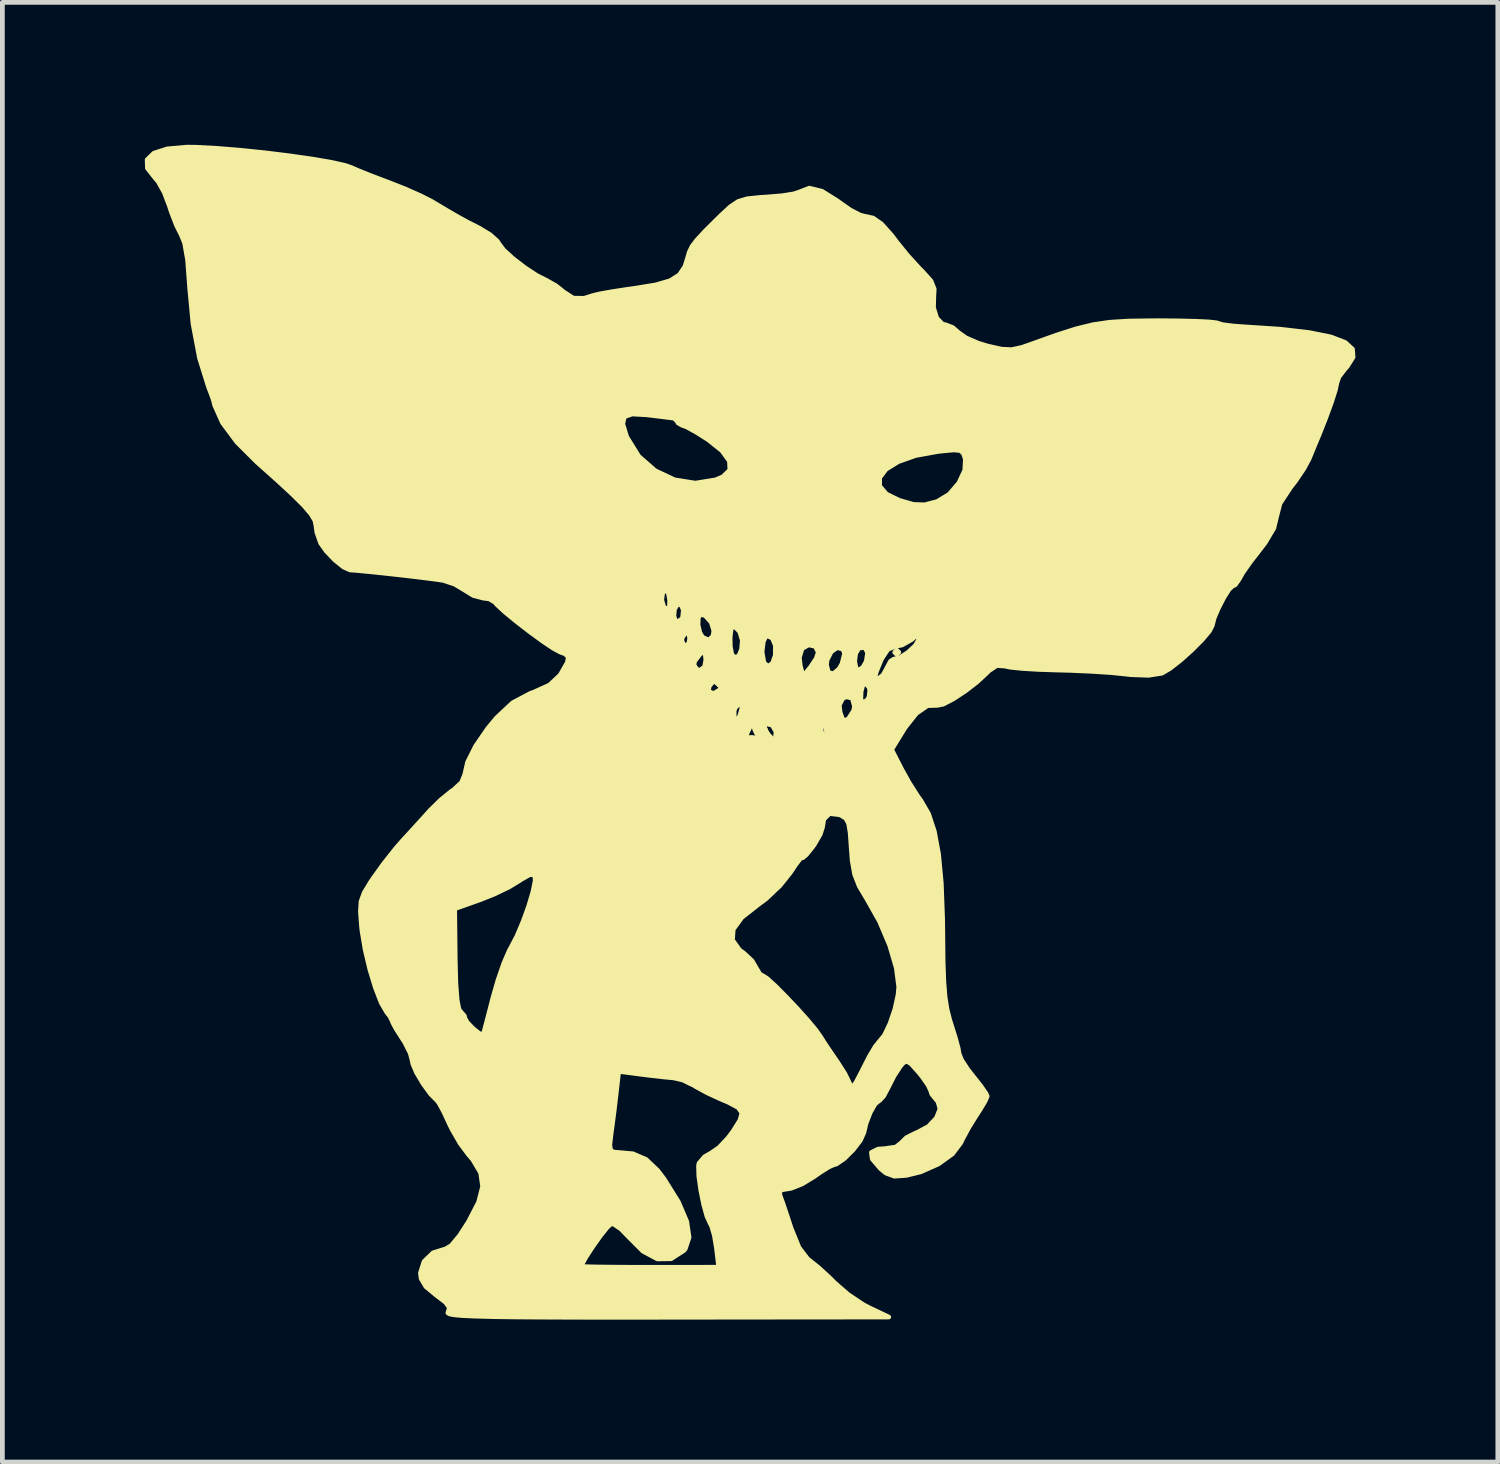
<source format=kicad_pcb>
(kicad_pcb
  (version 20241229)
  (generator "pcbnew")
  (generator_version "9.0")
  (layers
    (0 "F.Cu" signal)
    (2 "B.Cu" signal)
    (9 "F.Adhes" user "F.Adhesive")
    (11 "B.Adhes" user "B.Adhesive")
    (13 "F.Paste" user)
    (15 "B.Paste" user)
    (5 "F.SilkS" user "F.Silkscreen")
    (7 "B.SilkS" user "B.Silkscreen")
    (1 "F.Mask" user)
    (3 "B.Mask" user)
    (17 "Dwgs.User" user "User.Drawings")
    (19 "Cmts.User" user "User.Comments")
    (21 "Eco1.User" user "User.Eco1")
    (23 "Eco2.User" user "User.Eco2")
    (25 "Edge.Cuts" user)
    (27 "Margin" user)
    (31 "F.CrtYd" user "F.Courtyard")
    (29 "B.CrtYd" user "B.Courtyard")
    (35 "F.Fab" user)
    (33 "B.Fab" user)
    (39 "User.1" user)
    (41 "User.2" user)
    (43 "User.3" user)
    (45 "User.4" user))
  (footprint "LOGO"
    (layer "F.Cu")
    (at 12.75 12.003)
    (property "Reference" "LOGO" (at 0 0 0) (layer "F.SilkS") (effects (font (size 1.524 1.524) (thickness 0.3))))
    (attr through_hole)
    (fp_poly (pts (xy 3.133 -1.312) (xy 3.09 -1.27) (xy 3.048 -1.312) (xy 3.09 -1.355) (xy 3.133 -1.312)) (stroke (width 0.1) (type solid)) (fill yes) (layer "F.SilkS"))
    (fp_poly (pts (xy 12.702 -7.529) (xy 12.577 -7.331) (xy 12.531 -7.281) (xy 12.405 -7.115) (xy 12.361 -6.988) (xy 12.33 -6.84) (xy 12.247 -6.579) (xy 12.125 -6.246) (xy 11.981 -5.882) (xy 11.946 -5.8) (xy 11.861 -5.594) (xy 11.776 -5.387) (xy 11.664 -5.179) (xy 11.49 -4.921) (xy 11.385 -4.786) (xy 11.163 -4.448) (xy 11.091 -4.169) (xy 11.032 -3.925) (xy 10.848 -3.617) (xy 10.726 -3.458) (xy 10.531 -3.206) (xy 10.379 -2.989) (xy 10.305 -2.857) (xy 10.219 -2.733) (xy 10.165 -2.709) (xy 10.09 -2.64) (xy 9.981 -2.467) (xy 9.867 -2.247) (xy 9.776 -2.034) (xy 9.737 -1.884) (xy 9.737 -1.878) (xy 9.676 -1.759) (xy 9.518 -1.572) (xy 9.301 -1.355) (xy 9.063 -1.142) (xy 8.842 -0.97) (xy 8.676 -0.873) (xy 8.672 -0.872) (xy 8.393 -0.828) (xy 8.011 -0.842) (xy 7.915 -0.854) (xy 7.61 -0.885) (xy 7.199 -0.912) (xy 6.747 -0.932) (xy 6.477 -0.939) (xy 6.079 -0.952) (xy 5.73 -0.973) (xy 5.472 -1) (xy 5.365 -1.023) (xy 5.198 -1.035) (xy 5.03 -0.923) (xy 4.984 -0.876) (xy 4.778 -0.685) (xy 4.536 -0.499) (xy 4.536 -5.382) (xy 4.497 -5.502) (xy 4.431 -5.563) (xy 4.294 -5.576) (xy 4.042 -5.553) (xy 3.955 -5.543) (xy 3.487 -5.458) (xy 3.119 -5.328) (xy 2.863 -5.168) (xy 2.73 -4.992) (xy 2.729 -4.813) (xy 2.872 -4.645) (xy 3.141 -4.513) (xy 3.44 -4.427) (xy 3.677 -4.418) (xy 3.935 -4.485) (xy 3.946 -4.489) (xy 4.194 -4.64) (xy 4.399 -4.878) (xy 4.524 -5.147) (xy 4.536 -5.382) (xy 4.536 -0.499) (xy 4.528 -0.493) (xy 4.278 -0.329) (xy 4.07 -0.221) (xy 3.947 -0.196) (xy 3.737 -0.189) (xy 3.556 -0.063) (xy 3.556 -1.589) (xy 3.539 -1.671) (xy 3.463 -1.634) (xy 3.401 -1.579) (xy 3.205 -1.468) (xy 3.064 -1.439) (xy 2.904 -1.377) (xy 2.771 -1.175) (xy 2.753 -1.133) (xy 2.662 -0.909) (xy 2.633 -0.801) (xy 2.66 -0.765) (xy 2.711 -0.762) (xy 2.802 -0.832) (xy 2.879 -0.974) (xy 2.959 -1.124) (xy 3.025 -1.167) (xy 3.157 -1.198) (xy 3.331 -1.312) (xy 3.485 -1.457) (xy 3.556 -1.584) (xy 3.556 -1.589) (xy 3.556 -0.063) (xy 3.504 -0.028) (xy 3.264 0.276) (xy 3.238 0.318) (xy 2.981 0.736) (xy 3.184 1.135) (xy 3.35 1.434) (xy 3.532 1.72) (xy 3.601 1.816) (xy 3.76 2.091) (xy 3.882 2.461) (xy 3.971 2.942) (xy 4.028 3.551) (xy 4.056 4.304) (xy 4.06 4.628) (xy 4.066 5.191) (xy 4.081 5.618) (xy 4.107 5.945) (xy 4.148 6.206) (xy 4.206 6.434) (xy 4.235 6.525) (xy 4.324 6.808) (xy 4.385 7.037) (xy 4.403 7.144) (xy 4.454 7.273) (xy 4.585 7.475) (xy 4.699 7.62) (xy 4.864 7.828) (xy 4.971 7.985) (xy 4.995 8.04) (xy 4.951 8.143) (xy 4.84 8.329) (xy 4.771 8.434) (xy 4.607 8.697) (xy 4.469 8.954) (xy 4.439 9.019) (xy 4.264 9.252) (xy 3.967 9.466) (xy 3.595 9.631) (xy 3.29 9.706) (xy 3.04 9.723) (xy 2.862 9.657) (xy 2.748 9.564) (xy 2.575 9.361) (xy 2.557 9.224) (xy 2.696 9.154) (xy 2.839 9.144) (xy 3.073 9.11) (xy 3.185 9.021) (xy 3.292 8.914) (xy 3.491 8.814) (xy 3.523 8.802) (xy 3.759 8.676) (xy 3.927 8.497) (xy 4.002 8.307) (xy 3.958 8.148) (xy 3.935 8.126) (xy 3.828 7.993) (xy 3.808 7.927) (xy 3.755 7.81) (xy 3.625 7.624) (xy 3.553 7.535) (xy 3.396 7.359) (xy 3.302 7.297) (xy 3.227 7.336) (xy 3.165 7.408) (xy 3.133 7.458) (xy 3.133 5.735) (xy 3.081 5.335) (xy 2.941 4.859) (xy 2.73 4.361) (xy 2.523 3.993) (xy 2.523 -0.511) (xy 2.501 -0.658) (xy 2.477 -0.711) (xy 2.477 -1.306) (xy 2.418 -1.415) (xy 2.297 -1.403) (xy 2.293 -1.402) (xy 2.225 -1.291) (xy 2.203 -1.126) (xy 2.23 -0.981) (xy 2.289 -0.931) (xy 2.383 -1.001) (xy 2.449 -1.122) (xy 2.477 -1.306) (xy 2.477 -0.711) (xy 2.457 -0.754) (xy 2.423 -0.753) (xy 2.384 -0.655) (xy 2.339 -0.487) (xy 2.332 -0.314) (xy 2.392 -0.249) (xy 2.479 -0.317) (xy 2.509 -0.381) (xy 2.523 -0.511) (xy 2.523 3.993) (xy 2.468 3.895) (xy 2.3 3.612) (xy 2.203 3.364) (xy 2.201 3.355) (xy 2.201 -0.175) (xy 2.154 -0.346) (xy 2.027 -0.376) (xy 1.993 -0.361) (xy 1.993 -1.29) (xy 1.955 -1.381) (xy 1.833 -1.412) (xy 1.708 -1.323) (xy 1.623 -1.155) (xy 1.609 -1.048) (xy 1.651 -0.886) (xy 1.754 -0.859) (xy 1.878 -0.965) (xy 1.938 -1.071) (xy 1.993 -1.29) (xy 1.993 -0.361) (xy 1.953 -0.342) (xy 1.879 -0.2) (xy 1.897 -0.044) (xy 1.953 0.108) (xy 2.03 0.117) (xy 2.078 0.082) (xy 2.184 -0.083) (xy 2.201 -0.175) (xy 2.201 3.355) (xy 2.152 3.076) (xy 2.132 2.809) (xy 2.109 2.487) (xy 2.076 2.292) (xy 2.018 2.185) (xy 1.919 2.123) (xy 1.881 2.108) (xy 1.765 2.094) (xy 1.765 0.207) (xy 1.693 0.062) (xy 1.641 0.025) (xy 1.55 0.062) (xy 1.495 0.194) (xy 1.493 0.346) (xy 1.548 0.438) (xy 1.682 0.452) (xy 1.763 0.342) (xy 1.765 0.207) (xy 1.765 2.094) (xy 1.672 2.084) (xy 1.553 2.203) (xy 1.525 2.375) (xy 1.477 2.523) (xy 1.439 2.588) (xy 1.439 -1.313) (xy 1.376 -1.437) (xy 1.236 -1.47) (xy 1.097 -1.393) (xy 1.038 -1.207) (xy 1.056 -1.038) (xy 1.115 -0.804) (xy 1.277 -1.004) (xy 1.394 -1.181) (xy 1.439 -1.313) (xy 1.439 2.588) (xy 1.357 2.73) (xy 1.312 2.794) (xy 1.243 2.88) (xy 1.243 0.312) (xy 1.169 0.205) (xy 1.049 0.212) (xy 0.974 0.283) (xy 0.901 0.466) (xy 0.936 0.617) (xy 1.062 0.677) (xy 1.173 0.607) (xy 1.23 0.499) (xy 1.243 0.312) (xy 1.243 2.88) (xy 1.184 2.952) (xy 1.109 3.015) (xy 1.101 3.006) (xy 1.061 3.028) (xy 0.958 3.163) (xy 0.851 3.325) (xy 0.628 3.604) (xy 0.547 3.68) (xy 0.547 0.359) (xy 0.534 0.336) (xy 0.534 -1.456) (xy 0.471 -1.61) (xy 0.368 -1.66) (xy 0.329 -1.645) (xy 0.278 -1.537) (xy 0.254 -1.334) (xy 0.254 -1.307) (xy 0.291 -1.093) (xy 0.377 -1.014) (xy 0.473 -1.079) (xy 0.533 -1.249) (xy 0.534 -1.456) (xy 0.534 0.336) (xy 0.466 0.221) (xy 0.325 0.189) (xy 0.186 0.271) (xy 0.103 0.325) (xy 0.083 0.25) (xy 0.069 0.172) (xy 0.008 0.242) (xy 0 0.254) (xy -0.078 0.422) (xy -0.042 0.494) (xy 0.035 0.48) (xy 0.165 0.503) (xy 0.202 0.556) (xy 0.308 0.661) (xy 0.447 0.661) (xy 0.529 0.572) (xy 0.547 0.359) (xy 0.547 3.68) (xy 0.339 3.877) (xy 0.178 3.997) (xy -0.162 4.263) (xy -0.162 -1.565) (xy -0.219 -1.75) (xy -0.325 -1.856) (xy -0.359 -1.863) (xy -0.402 -1.791) (xy -0.421 -1.621) (xy -0.416 -1.426) (xy -0.386 -1.274) (xy -0.367 -1.242) (xy -0.287 -1.192) (xy -0.224 -1.262) (xy -0.178 -1.375) (xy -0.162 -1.565) (xy -0.162 4.263) (xy -0.171 4.27) (xy -0.171 -0.166) (xy -0.189 -0.241) (xy -0.27 -0.189) (xy -0.306 -0.153) (xy -0.39 -0.007) (xy -0.38 0.086) (xy -0.299 0.122) (xy -0.218 0.035) (xy -0.172 -0.13) (xy -0.171 -0.166) (xy -0.171 4.27) (xy -0.172 4.271) (xy -0.355 4.522) (xy -0.371 4.751) (xy -0.221 4.96) (xy -0.126 5.03) (xy 0.043 5.189) (xy 0.126 5.332) (xy 0.207 5.47) (xy 0.271 5.503) (xy 0.362 5.562) (xy 0.532 5.717) (xy 0.75 5.936) (xy 0.986 6.185) (xy 1.208 6.432) (xy 1.385 6.645) (xy 1.481 6.78) (xy 1.576 6.931) (xy 1.73 7.159) (xy 1.841 7.32) (xy 1.995 7.562) (xy 2.096 7.768) (xy 2.12 7.857) (xy 2.154 7.86) (xy 2.239 7.736) (xy 2.358 7.509) (xy 2.373 7.477) (xy 2.512 7.205) (xy 2.636 6.996) (xy 2.716 6.896) (xy 2.831 6.756) (xy 2.95 6.506) (xy 3.053 6.201) (xy 3.119 5.9) (xy 3.133 5.735) (xy 3.133 7.458) (xy 3.035 7.607) (xy 2.912 7.85) (xy 2.911 7.853) (xy 2.814 8.035) (xy 2.731 8.126) (xy 2.722 8.128) (xy 2.634 8.201) (xy 2.532 8.38) (xy 2.443 8.61) (xy 2.397 8.805) (xy 2.323 8.97) (xy 2.169 9.17) (xy 1.985 9.352) (xy 1.819 9.467) (xy 1.759 9.483) (xy 1.657 9.529) (xy 1.471 9.646) (xy 1.341 9.737) (xy 1.096 9.886) (xy 0.868 9.977) (xy 0.783 9.991) (xy 0.636 10.015) (xy 0.623 10.109) (xy 0.634 10.139) (xy 0.69 10.294) (xy 0.777 10.552) (xy 0.864 10.819) (xy 1.03 11.227) (xy 1.216 11.471) (xy 1.25 11.496) (xy 1.436 11.644) (xy 1.667 11.855) (xy 1.784 11.972) (xy 2.061 12.213) (xy 2.387 12.431) (xy 2.511 12.496) (xy 2.921 12.69) (xy -0.17 12.693) (xy -0.17 8.391) (xy -0.249 8.277) (xy -0.425 8.183) (xy -0.425 -5.152) (xy -0.433 -5.34) (xy -0.591 -5.559) (xy -0.882 -5.791) (xy -1.132 -5.949) (xy -1.332 -6.059) (xy -1.433 -6.096) (xy -1.52 -6.147) (xy -1.524 -6.167) (xy -1.592 -6.24) (xy -1.63 -6.249) (xy -1.77 -6.266) (xy -2.013 -6.296) (xy -2.179 -6.316) (xy -2.486 -6.333) (xy -2.649 -6.274) (xy -2.682 -6.124) (xy -2.603 -5.863) (xy -2.592 -5.838) (xy -2.346 -5.441) (xy -2 -5.138) (xy -1.59 -4.945) (xy -1.153 -4.875) (xy -0.725 -4.944) (xy -0.572 -5.009) (xy -0.425 -5.152) (xy -0.425 8.183) (xy -0.461 8.164) (xy -0.513 8.142) (xy -0.513 -0.756) (xy -0.532 -0.814) (xy -0.628 -0.812) (xy -0.757 -0.722) (xy -0.762 -0.716) (xy -0.762 -1.766) (xy -0.817 -1.944) (xy -0.941 -2.083) (xy -1.033 -2.117) (xy -1.09 -2.049) (xy -1.097 -1.893) (xy -1.058 -1.723) (xy -1.002 -1.629) (xy -0.869 -1.568) (xy -0.779 -1.654) (xy -0.762 -1.766) (xy -0.762 -0.716) (xy -0.861 -0.598) (xy -0.88 -0.494) (xy -0.879 -0.492) (xy -0.772 -0.441) (xy -0.632 -0.523) (xy -0.559 -0.615) (xy -0.513 -0.756) (xy -0.513 8.142) (xy -0.635 8.09) (xy -0.906 7.965) (xy -0.931 7.951) (xy -0.931 -1.153) (xy -0.946 -1.302) (xy -1.007 -1.308) (xy -1.058 -1.27) (xy -1.166 -1.126) (xy -1.185 -1.048) (xy -1.117 -0.945) (xy -1.058 -0.931) (xy -0.957 -1.005) (xy -0.931 -1.153) (xy -0.931 7.951) (xy -1.146 7.834) (xy -1.185 7.808) (xy -1.27 7.768) (xy -1.27 -1.614) (xy -1.303 -1.731) (xy -1.355 -1.736) (xy -1.404 -1.659) (xy -1.404 -2.207) (xy -1.453 -2.317) (xy -1.531 -2.324) (xy -1.593 -2.219) (xy -1.605 -2.07) (xy -1.565 -1.961) (xy -1.533 -1.947) (xy -1.438 -2.014) (xy -1.419 -2.053) (xy -1.404 -2.207) (xy -1.404 -1.659) (xy -1.433 -1.613) (xy -1.439 -1.561) (xy -1.392 -1.452) (xy -1.355 -1.439) (xy -1.287 -1.51) (xy -1.27 -1.614) (xy -1.27 7.768) (xy -1.415 7.697) (xy -1.609 7.652) (xy -1.693 7.644) (xy -1.693 -2.413) (xy -1.722 -2.572) (xy -1.778 -2.625) (xy -1.844 -2.557) (xy -1.861 -2.412) (xy -1.821 -2.276) (xy -1.806 -2.258) (xy -1.729 -2.208) (xy -1.697 -2.286) (xy -1.693 -2.413) (xy -1.693 7.644) (xy -1.812 7.633) (xy -2.104 7.6) (xy -2.294 7.576) (xy -2.768 7.514) (xy -2.819 7.969) (xy -2.861 8.326) (xy -2.909 8.694) (xy -2.927 8.822) (xy -2.955 9.063) (xy -2.938 9.181) (xy -2.865 9.218) (xy -2.826 9.22) (xy -2.468 9.252) (xy -2.192 9.371) (xy -1.946 9.604) (xy -1.81 9.784) (xy -1.51 10.266) (xy -1.334 10.679) (xy -1.285 11.013) (xy -1.366 11.255) (xy -1.398 11.291) (xy -1.664 11.462) (xy -1.951 11.466) (xy -2.255 11.304) (xy -2.538 11.021) (xy -2.72 10.834) (xy -2.872 10.732) (xy -2.931 10.726) (xy -3.017 10.808) (xy -3.156 10.984) (xy -3.313 11.205) (xy -3.453 11.42) (xy -3.542 11.579) (xy -3.556 11.623) (xy -3.476 11.63) (xy -3.254 11.636) (xy -2.917 11.64) (xy -2.494 11.643) (xy -2.108 11.643) (xy -0.659 11.642) (xy -0.708 11.231) (xy -0.752 10.969) (xy -0.809 10.774) (xy -0.836 10.723) (xy -0.907 10.57) (xy -0.978 10.312) (xy -1.039 10.008) (xy -1.079 9.72) (xy -1.085 9.507) (xy -1.075 9.452) (xy -0.958 9.315) (xy -0.816 9.233) (xy -0.653 9.12) (xy -0.461 8.916) (xy -0.355 8.774) (xy -0.211 8.544) (xy -0.17 8.391) (xy -0.17 12.693) (xy -1.767 12.695) (xy -2.793 12.696) (xy -3.662 12.695) (xy -4.384 12.692) (xy -4.526 12.691) (xy -4.526 3.503) (xy -4.531 3.384) (xy -4.633 3.366) (xy -4.828 3.476) (xy -4.855 3.496) (xy -5.078 3.631) (xy -5.389 3.781) (xy -5.673 3.894) (xy -6.223 4.09) (xy -6.211 5.153) (xy -6.198 5.658) (xy -6.171 6.013) (xy -6.133 6.209) (xy -6.105 6.248) (xy -6.017 6.348) (xy -6.011 6.389) (xy -5.959 6.484) (xy -5.84 6.609) (xy -5.71 6.714) (xy -5.626 6.747) (xy -5.621 6.743) (xy -5.597 6.661) (xy -5.542 6.453) (xy -5.464 6.153) (xy -5.417 5.969) (xy -5.308 5.591) (xy -5.187 5.24) (xy -5.073 4.975) (xy -5.038 4.911) (xy -4.911 4.67) (xy -4.782 4.365) (xy -4.664 4.04) (xy -4.574 3.737) (xy -4.526 3.503) (xy -4.526 12.691) (xy -4.974 12.688) (xy -5.441 12.681) (xy -5.798 12.671) (xy -6.057 12.659) (xy -6.23 12.644) (xy -6.329 12.625) (xy -6.365 12.602) (xy -6.36 12.585) (xy -6.331 12.493) (xy -6.411 12.382) (xy -6.603 12.235) (xy -6.828 12.05) (xy -6.928 11.88) (xy -6.943 11.762) (xy -6.867 11.522) (xy -6.677 11.338) (xy -6.429 11.261) (xy -6.42 11.261) (xy -6.294 11.186) (xy -6.118 10.975) (xy -5.93 10.683) (xy -5.718 10.272) (xy -5.633 9.941) (xy -5.674 9.653) (xy -5.84 9.373) (xy -5.928 9.271) (xy -6.102 9.038) (xy -6.276 8.738) (xy -6.344 8.597) (xy -6.457 8.354) (xy -6.552 8.181) (xy -6.591 8.131) (xy -6.731 7.989) (xy -6.889 7.771) (xy -7.027 7.538) (xy -7.106 7.349) (xy -7.112 7.306) (xy -7.158 7.132) (xy -7.273 6.903) (xy -7.324 6.824) (xy -7.452 6.624) (xy -7.527 6.485) (xy -7.535 6.459) (xy -7.584 6.359) (xy -7.651 6.272) (xy -7.767 6.073) (xy -7.891 5.754) (xy -8.01 5.362) (xy -8.109 4.944) (xy -8.175 4.548) (xy -8.184 4.461) (xy -8.207 4.149) (xy -8.194 3.936) (xy -8.127 3.751) (xy -7.989 3.524) (xy -7.94 3.451) (xy -7.713 3.135) (xy -7.456 2.811) (xy -7.314 2.649) (xy -7.075 2.389) (xy -6.837 2.127) (xy -6.736 2.014) (xy -6.518 1.8) (xy -6.294 1.618) (xy -6.249 1.589) (xy -6.077 1.431) (xy -6.011 1.268) (xy -5.95 1.003) (xy -5.781 0.665) (xy -5.523 0.29) (xy -5.341 0.07) (xy -5.001 -0.248) (xy -4.63 -0.445) (xy -4.564 -0.468) (xy -4.224 -0.622) (xy -4.006 -0.826) (xy -3.973 -0.877) (xy -3.85 -1.094) (xy -3.826 -1.215) (xy -3.901 -1.283) (xy -3.999 -1.318) (xy -4.143 -1.396) (xy -4.373 -1.55) (xy -4.649 -1.752) (xy -4.928 -1.968) (xy -5.171 -2.168) (xy -5.335 -2.321) (xy -5.376 -2.37) (xy -5.494 -2.438) (xy -5.622 -2.455) (xy -5.83 -2.51) (xy -6.001 -2.616) (xy -6.222 -2.748) (xy -6.459 -2.827) (xy -6.64 -2.854) (xy -6.935 -2.891) (xy -7.296 -2.934) (xy -7.674 -2.976) (xy -8.021 -3.012) (xy -8.291 -3.038) (xy -8.424 -3.047) (xy -8.561 -3.108) (xy -8.746 -3.257) (xy -8.927 -3.446) (xy -9.046 -3.614) (xy -9.125 -3.839) (xy -9.144 -3.984) (xy -9.167 -4.091) (xy -9.247 -4.225) (xy -9.398 -4.403) (xy -9.637 -4.64) (xy -9.977 -4.954) (xy -10.386 -5.318) (xy -10.808 -5.739) (xy -11.112 -6.148) (xy -11.279 -6.521) (xy -11.298 -6.604) (xy -11.331 -6.704) (xy -11.402 -6.89) (xy -11.406 -6.9) (xy -11.597 -7.512) (xy -11.734 -8.237) (xy -11.808 -9.027) (xy -11.809 -9.052) (xy -11.848 -9.577) (xy -11.911 -9.936) (xy -11.978 -10.101) (xy -12.079 -10.301) (xy -12.187 -10.581) (xy -12.234 -10.724) (xy -12.34 -11.002) (xy -12.467 -11.229) (xy -12.53 -11.302) (xy -12.694 -11.511) (xy -12.7 -11.688) (xy -12.558 -11.826) (xy -12.277 -11.916) (xy -11.866 -11.953) (xy -11.684 -11.951) (xy -11.24 -11.928) (xy -10.739 -11.887) (xy -10.212 -11.833) (xy -9.695 -11.769) (xy -9.22 -11.701) (xy -8.821 -11.633) (xy -8.531 -11.568) (xy -8.403 -11.524) (xy -8.255 -11.459) (xy -7.999 -11.356) (xy -7.684 -11.236) (xy -7.62 -11.212) (xy -7.271 -11.075) (xy -6.944 -10.93) (xy -6.705 -10.809) (xy -6.689 -10.799) (xy -6.374 -10.611) (xy -6.144 -10.478) (xy -5.943 -10.368) (xy -5.71 -10.25) (xy -5.698 -10.243) (xy -5.474 -10.107) (xy -5.322 -9.97) (xy -5.293 -9.922) (xy -5.194 -9.789) (xy -4.996 -9.608) (xy -4.746 -9.415) (xy -4.491 -9.248) (xy -4.298 -9.151) (xy -4.092 -9.035) (xy -3.919 -8.898) (xy -3.724 -8.772) (xy -3.497 -8.768) (xy -3.302 -8.829) (xy -3.164 -8.862) (xy -2.905 -8.908) (xy -2.571 -8.959) (xy -2.419 -8.98) (xy -1.981 -9.052) (xy -1.681 -9.14) (xy -1.488 -9.263) (xy -1.372 -9.437) (xy -1.318 -9.609) (xy -1.279 -9.744) (xy -1.22 -9.864) (xy -1.116 -10.001) (xy -0.943 -10.187) (xy -0.677 -10.451) (xy -0.612 -10.515) (xy -0.412 -10.7) (xy -0.248 -10.809) (xy -0.058 -10.866) (xy 0.218 -10.894) (xy 0.362 -10.903) (xy 0.674 -10.929) (xy 0.92 -10.968) (xy 1.05 -11.011) (xy 1.054 -11.014) (xy 1.249 -11.089) (xy 1.516 -11.023) (xy 1.844 -10.818) (xy 1.872 -10.796) (xy 2.109 -10.63) (xy 2.318 -10.521) (xy 2.413 -10.497) (xy 2.59 -10.459) (xy 2.768 -10.335) (xy 2.979 -10.1) (xy 3.094 -9.948) (xy 3.316 -9.674) (xy 3.562 -9.403) (xy 3.63 -9.336) (xy 3.812 -9.133) (xy 3.879 -8.964) (xy 3.871 -8.832) (xy 3.864 -8.571) (xy 3.932 -8.351) (xy 4.054 -8.225) (xy 4.112 -8.213) (xy 4.268 -8.153) (xy 4.389 -8.048) (xy 4.547 -7.936) (xy 4.805 -7.824) (xy 5.007 -7.762) (xy 5.297 -7.697) (xy 5.511 -7.687) (xy 5.733 -7.736) (xy 5.938 -7.808) (xy 6.458 -7.994) (xy 6.87 -8.126) (xy 7.226 -8.213) (xy 7.575 -8.264) (xy 7.968 -8.289) (xy 8.455 -8.296) (xy 8.601 -8.297) (xy 9.033 -8.293) (xy 9.404 -8.284) (xy 9.679 -8.27) (xy 9.829 -8.252) (xy 9.845 -8.246) (xy 9.951 -8.214) (xy 10.173 -8.185) (xy 10.388 -8.169) (xy 11.165 -8.118) (xy 11.778 -8.047) (xy 12.233 -7.955) (xy 12.536 -7.839) (xy 12.69 -7.698) (xy 12.702 -7.529)) (stroke (width 0.1) (type solid)) (fill yes) (layer "F.SilkS")))
  (gr_rect
    (start -3 -3)
    (end 28.502 27.748)
    (stroke (width 0.1) (type default))
    (fill no)
    (layer "Edge.Cuts")))
</source>
